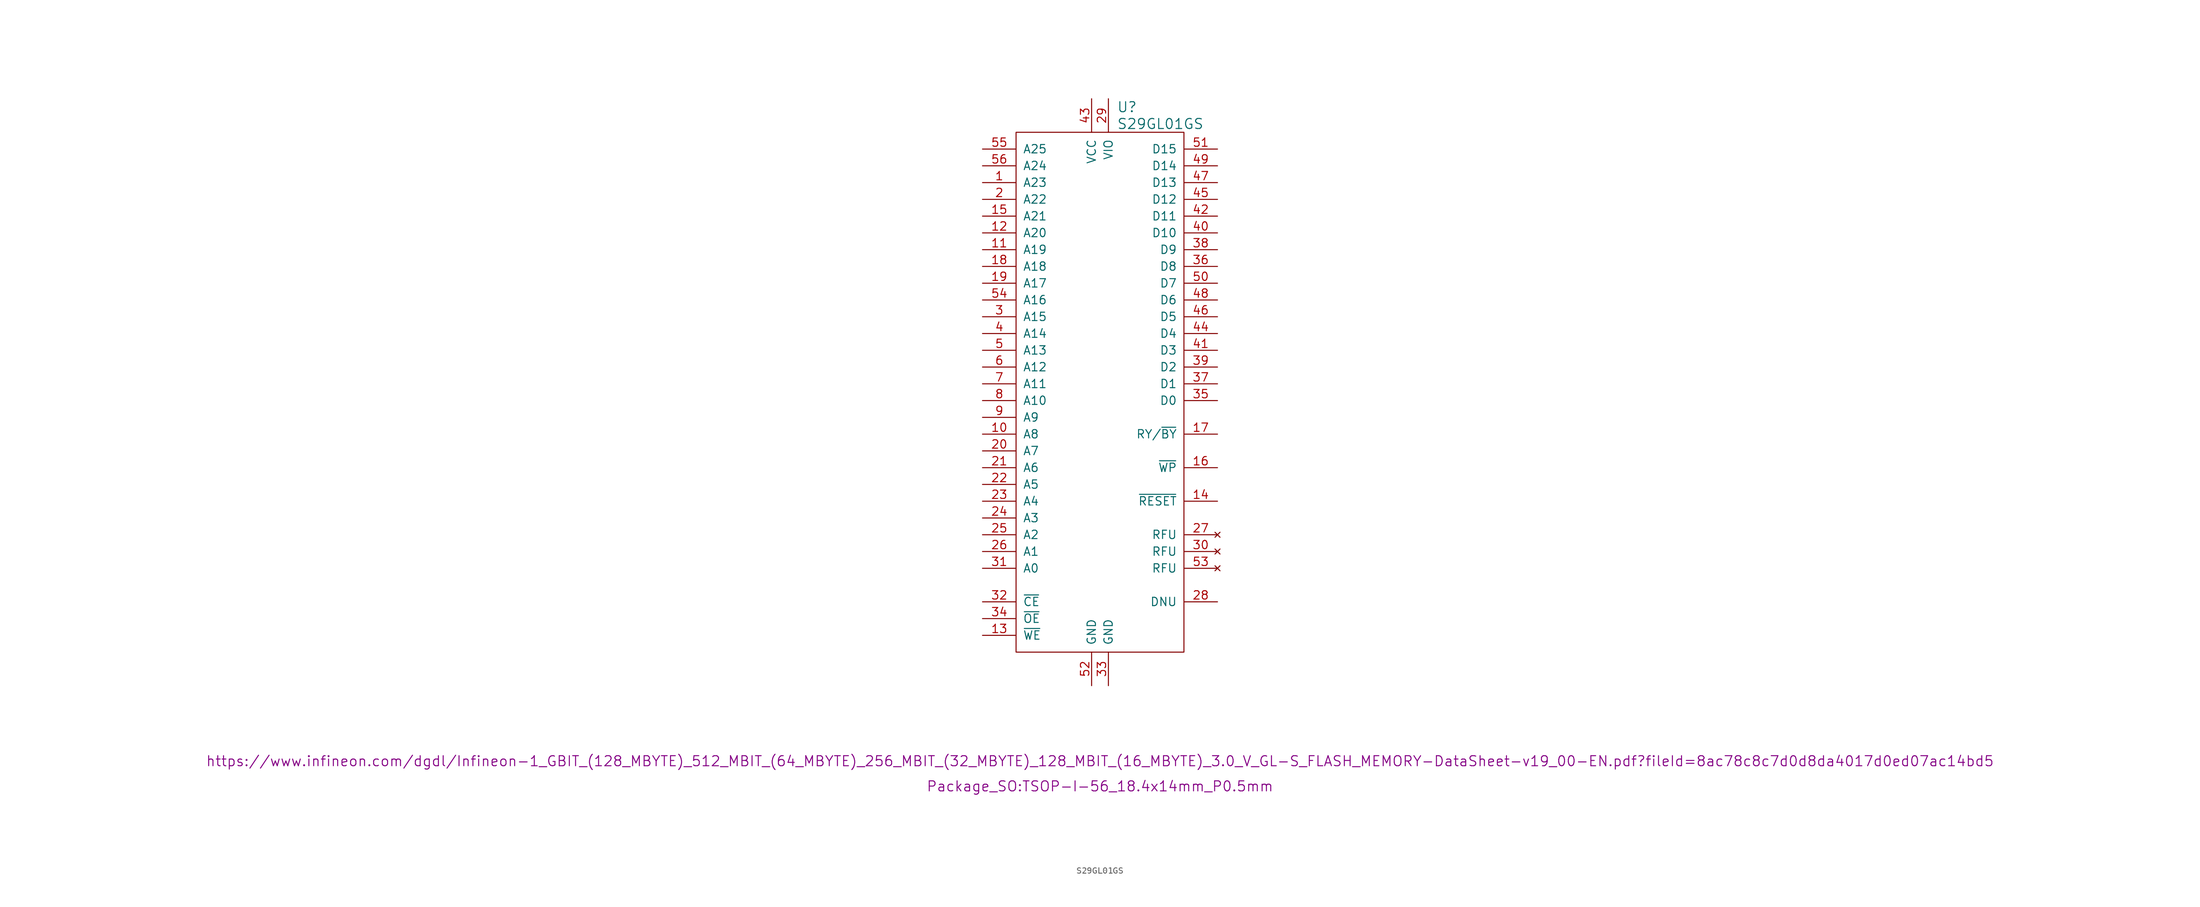
<source format=kicad_sym>
(kicad_symbol_lib
  (version 20241209)
  (generator "kicad_symbol_editor")
  (generator_version "9.0")
  (symbol "S29GL01GS"
    (pin_names
      (offset 1.016))
    (property "Reference" "U"
      (at 2.54 41.91 0)
      (effects (font (size 1.524 1.524)) (justify left)))
    (property "Value" "S29GL01GS"
      (at 2.54 39.37 0)
      (effects (font (size 1.524 1.524)) (justify left)))
    (property "Footprint" "Package_SO:TSOP-I-56_18.4x14mm_P0.5mm"
      (at 0 -60.96 0)
      (effects (font (size 1.524 1.524))))
    (property "Datasheet" "https://www.infineon.com/dgdl/Infineon-1_GBIT_(128_MBYTE)_512_MBIT_(64_MBYTE)_256_MBIT_(32_MBYTE)_128_MBIT_(16_MBYTE)_3.0_V_GL-S_FLASH_MEMORY-DataSheet-v19_00-EN.pdf?fileId=8ac78c8c7d0d8da4017d0ed07ac14bd5"
      (at 0 -57.15 0)
      (effects (font (size 1.524 1.524))))
    (symbol "S29GL01GS_0_1"
      (rectangle (start -12.7 38.1) (end 12.7 -40.64) (stroke (width 0) (type default)) (fill (type none))))
    (symbol "S29GL01GS_1_1"
      (pin input line (at -17.78 35.56 0) (length 5.08) (name "A25" (effects (font (size 1.27 1.27)))) (number "55" (effects (font (size 1.27 1.27)))))
      (pin input line (at -17.78 33.02 0) (length 5.08) (name "A24" (effects (font (size 1.27 1.27)))) (number "56" (effects (font (size 1.27 1.27)))))
      (pin input line (at -17.78 30.48 0) (length 5.08) (name "A23" (effects (font (size 1.27 1.27)))) (number "1" (effects (font (size 1.27 1.27)))))
      (pin input line (at -17.78 27.94 0) (length 5.08) (name "A22" (effects (font (size 1.27 1.27)))) (number "2" (effects (font (size 1.27 1.27)))))
      (pin input line (at -17.78 25.4 0) (length 5.08) (name "A21" (effects (font (size 1.27 1.27)))) (number "15" (effects (font (size 1.27 1.27)))))
      (pin input line (at -17.78 22.86 0) (length 5.08) (name "A20" (effects (font (size 1.27 1.27)))) (number "12" (effects (font (size 1.27 1.27)))))
      (pin input line (at -17.78 20.32 0) (length 5.08) (name "A19" (effects (font (size 1.27 1.27)))) (number "11" (effects (font (size 1.27 1.27)))))
      (pin input line (at -17.78 17.78 0) (length 5.08) (name "A18" (effects (font (size 1.27 1.27)))) (number "18" (effects (font (size 1.27 1.27)))))
      (pin input line (at -17.78 15.24 0) (length 5.08) (name "A17" (effects (font (size 1.27 1.27)))) (number "19" (effects (font (size 1.27 1.27)))))
      (pin input line (at -17.78 12.7 0) (length 5.08) (name "A16" (effects (font (size 1.27 1.27)))) (number "54" (effects (font (size 1.27 1.27)))))
      (pin input line (at -17.78 10.16 0) (length 5.08) (name "A15" (effects (font (size 1.27 1.27)))) (number "3" (effects (font (size 1.27 1.27)))))
      (pin input line (at -17.78 7.62 0) (length 5.08) (name "A14" (effects (font (size 1.27 1.27)))) (number "4" (effects (font (size 1.27 1.27)))))
      (pin input line (at -17.78 5.08 0) (length 5.08) (name "A13" (effects (font (size 1.27 1.27)))) (number "5" (effects (font (size 1.27 1.27)))))
      (pin input line (at -17.78 2.54 0) (length 5.08) (name "A12" (effects (font (size 1.27 1.27)))) (number "6" (effects (font (size 1.27 1.27)))))
      (pin input line (at -17.78 0 0) (length 5.08) (name "A11" (effects (font (size 1.27 1.27)))) (number "7" (effects (font (size 1.27 1.27)))))
      (pin input line (at -17.78 -2.54 0) (length 5.08) (name "A10" (effects (font (size 1.27 1.27)))) (number "8" (effects (font (size 1.27 1.27)))))
      (pin input line (at -17.78 -5.08 0) (length 5.08) (name "A9" (effects (font (size 1.27 1.27)))) (number "9" (effects (font (size 1.27 1.27)))))
      (pin input line (at -17.78 -7.62 0) (length 5.08) (name "A8" (effects (font (size 1.27 1.27)))) (number "10" (effects (font (size 1.27 1.27)))))
      (pin input line (at -17.78 -10.16 0) (length 5.08) (name "A7" (effects (font (size 1.27 1.27)))) (number "20" (effects (font (size 1.27 1.27)))))
      (pin input line (at -17.78 -12.7 0) (length 5.08) (name "A6" (effects (font (size 1.27 1.27)))) (number "21" (effects (font (size 1.27 1.27)))))
      (pin input line (at -17.78 -15.24 0) (length 5.08) (name "A5" (effects (font (size 1.27 1.27)))) (number "22" (effects (font (size 1.27 1.27)))))
      (pin input line (at -17.78 -17.78 0) (length 5.08) (name "A4" (effects (font (size 1.27 1.27)))) (number "23" (effects (font (size 1.27 1.27)))))
      (pin input line (at -17.78 -20.32 0) (length 5.08) (name "A3" (effects (font (size 1.27 1.27)))) (number "24" (effects (font (size 1.27 1.27)))))
      (pin input line (at -17.78 -22.86 0) (length 5.08) (name "A2" (effects (font (size 1.27 1.27)))) (number "25" (effects (font (size 1.27 1.27)))))
      (pin input line (at -17.78 -25.4 0) (length 5.08) (name "A1" (effects (font (size 1.27 1.27)))) (number "26" (effects (font (size 1.27 1.27)))))
      (pin input line (at -17.78 -27.94 0) (length 5.08) (name "A0" (effects (font (size 1.27 1.27)))) (number "31" (effects (font (size 1.27 1.27)))))
      (pin input line (at -17.78 -33.02 0) (length 5.08) (name "~{CE}" (effects (font (size 1.27 1.27)))) (number "32" (effects (font (size 1.27 1.27)))))
      (pin input line (at -17.78 -35.56 0) (length 5.08) (name "~{OE}" (effects (font (size 1.27 1.27)))) (number "34" (effects (font (size 1.27 1.27)))))
      (pin input line (at -17.78 -38.1 0) (length 5.08) (name "~{WE}" (effects (font (size 1.27 1.27)))) (number "13" (effects (font (size 1.27 1.27)))))
      (pin power_in line (at -1.27 43.18 270) (length 5.08) (name "VCC" (effects (font (size 1.27 1.27)))) (number "43" (effects (font (size 1.27 1.27)))))
      (pin power_in line (at -1.27 -45.72 90) (length 5.08) (name "GND" (effects (font (size 1.27 1.27)))) (number "52" (effects (font (size 1.27 1.27)))))
      (pin power_in line (at 1.27 43.18 270) (length 5.08) (name "VIO" (effects (font (size 1.27 1.27)))) (number "29" (effects (font (size 1.27 1.27)))))
      (pin power_in line (at 1.27 -45.72 90) (length 5.08) (name "GND" (effects (font (size 1.27 1.27)))) (number "33" (effects (font (size 1.27 1.27)))))
      (pin tri_state line (at 17.78 35.56 180) (length 5.08) (name "D15" (effects (font (size 1.27 1.27)))) (number "51" (effects (font (size 1.27 1.27)))))
      (pin tri_state line (at 17.78 33.02 180) (length 5.08) (name "D14" (effects (font (size 1.27 1.27)))) (number "49" (effects (font (size 1.27 1.27)))))
      (pin tri_state line (at 17.78 30.48 180) (length 5.08) (name "D13" (effects (font (size 1.27 1.27)))) (number "47" (effects (font (size 1.27 1.27)))))
      (pin tri_state line (at 17.78 27.94 180) (length 5.08) (name "D12" (effects (font (size 1.27 1.27)))) (number "45" (effects (font (size 1.27 1.27)))))
      (pin tri_state line (at 17.78 25.4 180) (length 5.08) (name "D11" (effects (font (size 1.27 1.27)))) (number "42" (effects (font (size 1.27 1.27)))))
      (pin tri_state line (at 17.78 22.86 180) (length 5.08) (name "D10" (effects (font (size 1.27 1.27)))) (number "40" (effects (font (size 1.27 1.27)))))
      (pin tri_state line (at 17.78 20.32 180) (length 5.08) (name "D9" (effects (font (size 1.27 1.27)))) (number "38" (effects (font (size 1.27 1.27)))))
      (pin tri_state line (at 17.78 17.78 180) (length 5.08) (name "D8" (effects (font (size 1.27 1.27)))) (number "36" (effects (font (size 1.27 1.27)))))
      (pin tri_state line (at 17.78 15.24 180) (length 5.08) (name "D7" (effects (font (size 1.27 1.27)))) (number "50" (effects (font (size 1.27 1.27)))))
      (pin tri_state line (at 17.78 12.7 180) (length 5.08) (name "D6" (effects (font (size 1.27 1.27)))) (number "48" (effects (font (size 1.27 1.27)))))
      (pin tri_state line (at 17.78 10.16 180) (length 5.08) (name "D5" (effects (font (size 1.27 1.27)))) (number "46" (effects (font (size 1.27 1.27)))))
      (pin tri_state line (at 17.78 7.62 180) (length 5.08) (name "D4" (effects (font (size 1.27 1.27)))) (number "44" (effects (font (size 1.27 1.27)))))
      (pin tri_state line (at 17.78 5.08 180) (length 5.08) (name "D3" (effects (font (size 1.27 1.27)))) (number "41" (effects (font (size 1.27 1.27)))))
      (pin tri_state line (at 17.78 2.54 180) (length 5.08) (name "D2" (effects (font (size 1.27 1.27)))) (number "39" (effects (font (size 1.27 1.27)))))
      (pin tri_state line (at 17.78 0 180) (length 5.08) (name "D1" (effects (font (size 1.27 1.27)))) (number "37" (effects (font (size 1.27 1.27)))))
      (pin tri_state line (at 17.78 -2.54 180) (length 5.08) (name "D0" (effects (font (size 1.27 1.27)))) (number "35" (effects (font (size 1.27 1.27)))))
      (pin output line (at 17.78 -7.62 180) (length 5.08) (name "RY/~{BY}" (effects (font (size 1.27 1.27)))) (number "17" (effects (font (size 1.27 1.27)))))
      (pin input line (at 17.78 -12.7 180) (length 5.08) (name "~{WP}" (effects (font (size 1.27 1.27)))) (number "16" (effects (font (size 1.27 1.27)))))
      (pin input line (at 17.78 -17.78 180) (length 5.08) (name "~{RESET}" (effects (font (size 1.27 1.27)))) (number "14" (effects (font (size 1.27 1.27)))))
      (pin no_connect line (at 17.78 -22.86 180) (length 5.08) (name "RFU" (effects (font (size 1.27 1.27)))) (number "27" (effects (font (size 1.27 1.27)))))
      (pin no_connect line (at 17.78 -25.4 180) (length 5.08) (name "RFU" (effects (font (size 1.27 1.27)))) (number "30" (effects (font (size 1.27 1.27)))))
      (pin no_connect line (at 17.78 -27.94 180) (length 5.08) (name "RFU" (effects (font (size 1.27 1.27)))) (number "53" (effects (font (size 1.27 1.27)))))
      (pin unspecified line (at 17.78 -33.02 180) (length 5.08) (name "DNU" (effects (font (size 1.27 1.27)))) (number "28" (effects (font (size 1.27 1.27))))))))
</source>
